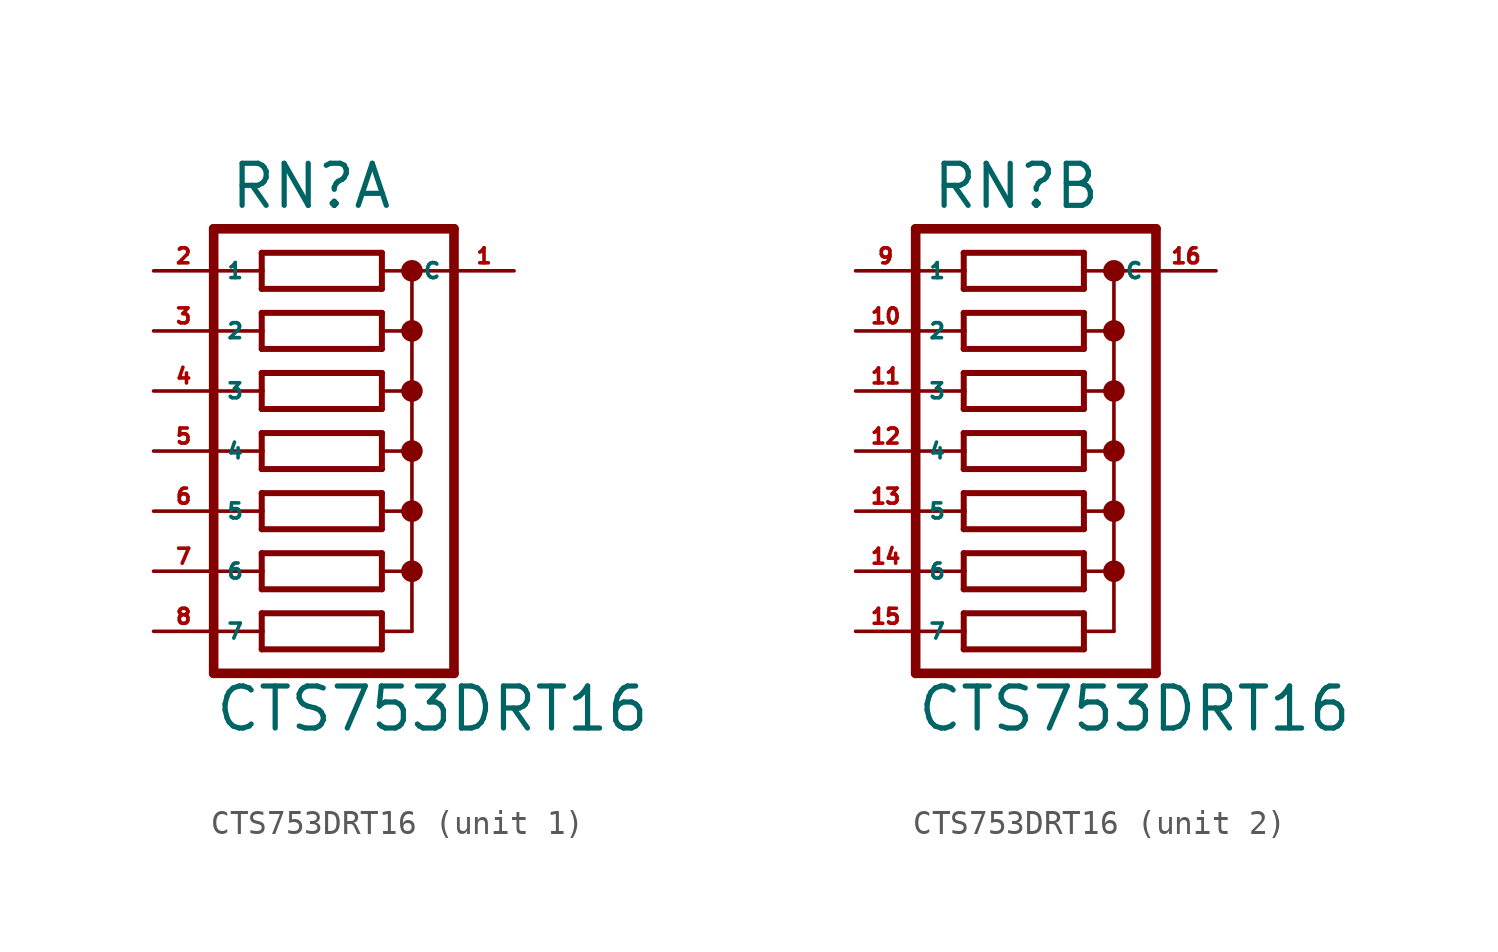
<source format=kicad_sym>
(kicad_symbol_lib
  (version 20220914)
  (generator Eagle2Kicad)
  (symbol "CTS753DRT16"
    (property "Reference" "RN"
      (at -4.445 10.16 0)
      (effects (font (size 1.778 1.778) (thickness 0.22)) (justify left bottom)))
    (property "Value" "CTS753DRT16"
      (at -5.08 -11.938 0)
      (effects (font (size 1.778 1.778) (thickness 0.22)) (justify left bottom)))
    (symbol "CTS753DRT16_1_0"
      (polyline (pts (xy -3.048 6.858) (xy 2.032 6.858)) (stroke (width 0.254) (type default)) (fill (type none)))
      (polyline (pts (xy 2.032 8.382) (xy -3.048 8.382)) (stroke (width 0.254) (type default)) (fill (type none)))
      (polyline (pts (xy 2.032 6.858) (xy 2.032 7.62)) (stroke (width 0.254) (type default)) (fill (type none)))
      (polyline (pts (xy -3.048 8.382) (xy -3.048 7.62)) (stroke (width 0.254) (type default)) (fill (type none)))
      (polyline (pts (xy -3.048 7.62) (xy -5.08 7.62)) (stroke (width 0.152) (type default)) (fill (type none)))
      (polyline (pts (xy -3.048 7.62) (xy -3.048 6.858)) (stroke (width 0.254) (type default)) (fill (type none)))
      (polyline (pts (xy 3.302 7.62) (xy 2.032 7.62)) (stroke (width 0.152) (type default)) (fill (type none)))
      (polyline (pts (xy 2.032 7.62) (xy 2.032 8.382)) (stroke (width 0.254) (type default)) (fill (type none)))
      (polyline (pts (xy 3.302 7.62) (xy 3.302 5.08)) (stroke (width 0.152) (type default)) (fill (type none)))
      (polyline (pts (xy 3.302 5.08) (xy 2.032 5.08)) (stroke (width 0.152) (type default)) (fill (type none)))
      (polyline (pts (xy 3.302 5.08) (xy 3.302 2.54)) (stroke (width 0.152) (type default)) (fill (type none)))
      (polyline (pts (xy 3.302 2.54) (xy 2.032 2.54)) (stroke (width 0.152) (type default)) (fill (type none)))
      (polyline (pts (xy 3.302 2.54) (xy 3.302 0)) (stroke (width 0.152) (type default)) (fill (type none)))
      (polyline (pts (xy 3.302 0) (xy 2.032 0)) (stroke (width 0.152) (type default)) (fill (type none)))
      (polyline (pts (xy 3.302 0) (xy 3.302 -2.54)) (stroke (width 0.152) (type default)) (fill (type none)))
      (polyline (pts (xy 3.302 -2.54) (xy 2.032 -2.54)) (stroke (width 0.152) (type default)) (fill (type none)))
      (polyline (pts (xy -5.08 -2.54) (xy -3.048 -2.54)) (stroke (width 0.152) (type default)) (fill (type none)))
      (polyline (pts (xy -5.08 0) (xy -3.048 0)) (stroke (width 0.152) (type default)) (fill (type none)))
      (polyline (pts (xy -5.08 2.54) (xy -3.048 2.54)) (stroke (width 0.152) (type default)) (fill (type none)))
      (polyline (pts (xy -5.08 5.08) (xy -3.048 5.08)) (stroke (width 0.152) (type default)) (fill (type none)))
      (polyline (pts (xy -3.048 5.08) (xy -3.048 4.318)) (stroke (width 0.254) (type default)) (fill (type none)))
      (polyline (pts (xy -3.048 5.842) (xy -3.048 5.08)) (stroke (width 0.254) (type default)) (fill (type none)))
      (polyline (pts (xy 2.032 4.318) (xy 2.032 5.08)) (stroke (width 0.254) (type default)) (fill (type none)))
      (polyline (pts (xy 2.032 5.08) (xy 2.032 5.842)) (stroke (width 0.254) (type default)) (fill (type none)))
      (polyline (pts (xy -3.048 4.318) (xy 2.032 4.318)) (stroke (width 0.254) (type default)) (fill (type none)))
      (polyline (pts (xy 2.032 5.842) (xy -3.048 5.842)) (stroke (width 0.254) (type default)) (fill (type none)))
      (polyline (pts (xy -3.048 1.778) (xy 2.032 1.778)) (stroke (width 0.254) (type default)) (fill (type none)))
      (polyline (pts (xy -3.048 -0.762) (xy 2.032 -0.762)) (stroke (width 0.254) (type default)) (fill (type none)))
      (polyline (pts (xy -3.048 -3.302) (xy 2.032 -3.302)) (stroke (width 0.254) (type default)) (fill (type none)))
      (polyline (pts (xy 2.032 3.302) (xy -3.048 3.302)) (stroke (width 0.254) (type default)) (fill (type none)))
      (polyline (pts (xy 2.032 0.762) (xy -3.048 0.762)) (stroke (width 0.254) (type default)) (fill (type none)))
      (polyline (pts (xy 2.032 -1.778) (xy -3.048 -1.778)) (stroke (width 0.254) (type default)) (fill (type none)))
      (polyline (pts (xy 2.032 1.778) (xy 2.032 2.54)) (stroke (width 0.254) (type default)) (fill (type none)))
      (polyline (pts (xy 2.032 -0.762) (xy 2.032 0)) (stroke (width 0.254) (type default)) (fill (type none)))
      (polyline (pts (xy 2.032 -3.302) (xy 2.032 -2.54)) (stroke (width 0.254) (type default)) (fill (type none)))
      (polyline (pts (xy 2.032 2.54) (xy 2.032 3.302)) (stroke (width 0.254) (type default)) (fill (type none)))
      (polyline (pts (xy 2.032 0) (xy 2.032 0.762)) (stroke (width 0.254) (type default)) (fill (type none)))
      (polyline (pts (xy 2.032 -2.54) (xy 2.032 -1.778)) (stroke (width 0.254) (type default)) (fill (type none)))
      (polyline (pts (xy -3.048 2.54) (xy -3.048 1.778)) (stroke (width 0.254) (type default)) (fill (type none)))
      (polyline (pts (xy -3.048 0) (xy -3.048 -0.762)) (stroke (width 0.254) (type default)) (fill (type none)))
      (polyline (pts (xy -3.048 -2.54) (xy -3.048 -3.302)) (stroke (width 0.254) (type default)) (fill (type none)))
      (polyline (pts (xy -3.048 3.302) (xy -3.048 2.54)) (stroke (width 0.254) (type default)) (fill (type none)))
      (polyline (pts (xy -3.048 0.762) (xy -3.048 0)) (stroke (width 0.254) (type default)) (fill (type none)))
      (polyline (pts (xy -3.048 -1.778) (xy -3.048 -2.54)) (stroke (width 0.254) (type default)) (fill (type none)))
      (polyline (pts (xy 5.08 9.398) (xy -5.08 9.398)) (stroke (width 0.406) (type default)) (fill (type none)))
      (polyline (pts (xy -3.048 -5.842) (xy 2.032 -5.842)) (stroke (width 0.254) (type default)) (fill (type none)))
      (polyline (pts (xy 2.032 -4.318) (xy -3.048 -4.318)) (stroke (width 0.254) (type default)) (fill (type none)))
      (polyline (pts (xy 2.032 -5.842) (xy 2.032 -5.08)) (stroke (width 0.254) (type default)) (fill (type none)))
      (polyline (pts (xy -3.048 -4.318) (xy -3.048 -5.08)) (stroke (width 0.254) (type default)) (fill (type none)))
      (polyline (pts (xy -3.048 -5.08) (xy -5.08 -5.08)) (stroke (width 0.152) (type default)) (fill (type none)))
      (polyline (pts (xy -3.048 -5.08) (xy -3.048 -5.842)) (stroke (width 0.254) (type default)) (fill (type none)))
      (polyline (pts (xy 3.302 -5.08) (xy 2.032 -5.08)) (stroke (width 0.152) (type default)) (fill (type none)))
      (polyline (pts (xy 2.032 -5.08) (xy 2.032 -4.318)) (stroke (width 0.254) (type default)) (fill (type none)))
      (polyline (pts (xy 3.302 -5.08) (xy 3.302 -7.62)) (stroke (width 0.152) (type default)) (fill (type none)))
      (polyline (pts (xy 3.302 -7.62) (xy 2.032 -7.62)) (stroke (width 0.152) (type default)) (fill (type none)))
      (polyline (pts (xy -5.08 -7.62) (xy -3.048 -7.62)) (stroke (width 0.152) (type default)) (fill (type none)))
      (polyline (pts (xy -3.048 -7.62) (xy -3.048 -8.382)) (stroke (width 0.254) (type default)) (fill (type none)))
      (polyline (pts (xy -3.048 -6.858) (xy -3.048 -7.62)) (stroke (width 0.254) (type default)) (fill (type none)))
      (polyline (pts (xy 2.032 -8.382) (xy 2.032 -7.62)) (stroke (width 0.254) (type default)) (fill (type none)))
      (polyline (pts (xy 2.032 -7.62) (xy 2.032 -6.858)) (stroke (width 0.254) (type default)) (fill (type none)))
      (polyline (pts (xy -3.048 -8.382) (xy 2.032 -8.382)) (stroke (width 0.254) (type default)) (fill (type none)))
      (polyline (pts (xy 2.032 -6.858) (xy -3.048 -6.858)) (stroke (width 0.254) (type default)) (fill (type none)))
      (polyline (pts (xy 5.08 -9.398) (xy -5.08 -9.398)) (stroke (width 0.406) (type default)) (fill (type none)))
      (polyline (pts (xy -5.08 9.398) (xy -5.08 -9.398)) (stroke (width 0.406) (type default)) (fill (type none)))
      (polyline (pts (xy 3.302 -2.54) (xy 3.302 -5.08)) (stroke (width 0.152) (type default)) (fill (type none)))
      (polyline (pts (xy 3.302 7.62) (xy 5.08 7.62)) (stroke (width 0.152) (type default)) (fill (type none)))
      (polyline (pts (xy 5.08 9.398) (xy 5.08 -9.398)) (stroke (width 0.406) (type default)) (fill (type none)))
      (circle (center 3.302 7.62) (radius 0.254) (stroke (width 0.406) (type default)) (fill (type none)))
      (circle (center 3.302 5.08) (radius 0.254) (stroke (width 0.406) (type default)) (fill (type none)))
      (circle (center 3.302 2.54) (radius 0.254) (stroke (width 0.406) (type default)) (fill (type none)))
      (circle (center 3.302 0) (radius 0.254) (stroke (width 0.406) (type default)) (fill (type none)))
      (circle (center 3.302 -2.54) (radius 0.254) (stroke (width 0.406) (type default)) (fill (type none)))
      (circle (center 3.302 -5.08) (radius 0.254) (stroke (width 0.406) (type default)) (fill (type none)))
      (pin passive line (at -7.62 5.08 0) (length 2.54) (name "2" (effects (font (size 0.635 0.635) (thickness 0.08)) (justify left bottom))) (number "3" (effects (font (size 0.635 0.635) (thickness 0.08)) (justify left bottom))))
      (pin passive line (at -7.62 2.54 0) (length 2.54) (name "3" (effects (font (size 0.635 0.635) (thickness 0.08)) (justify left bottom))) (number "4" (effects (font (size 0.635 0.635) (thickness 0.08)) (justify left bottom))))
      (pin passive line (at -7.62 0 0) (length 2.54) (name "4" (effects (font (size 0.635 0.635) (thickness 0.08)) (justify left bottom))) (number "5" (effects (font (size 0.635 0.635) (thickness 0.08)) (justify left bottom))))
      (pin passive line (at -7.62 -2.54 0) (length 2.54) (name "5" (effects (font (size 0.635 0.635) (thickness 0.08)) (justify left bottom))) (number "6" (effects (font (size 0.635 0.635) (thickness 0.08)) (justify left bottom))))
      (pin passive line (at -7.62 -5.08 0) (length 2.54) (name "6" (effects (font (size 0.635 0.635) (thickness 0.08)) (justify left bottom))) (number "7" (effects (font (size 0.635 0.635) (thickness 0.08)) (justify left bottom))))
      (pin passive line (at -7.62 -7.62 0) (length 2.54) (name "7" (effects (font (size 0.635 0.635) (thickness 0.08)) (justify left bottom))) (number "8" (effects (font (size 0.635 0.635) (thickness 0.08)) (justify left bottom))))
      (pin passive line (at -7.62 7.62 0) (length 2.54) (name "1" (effects (font (size 0.635 0.635) (thickness 0.08)) (justify left bottom))) (number "2" (effects (font (size 0.635 0.635) (thickness 0.08)) (justify left bottom))))
      (pin passive line (at 7.62 7.62 180) (length 2.54) (name "C" (effects (font (size 0.635 0.635) (thickness 0.08)) (justify left bottom))) (number "1" (effects (font (size 0.635 0.635) (thickness 0.08)) (justify left bottom)))))
    (symbol "CTS753DRT16_2_0"
      (polyline (pts (xy -3.048 6.858) (xy 2.032 6.858)) (stroke (width 0.254) (type default)) (fill (type none)))
      (polyline (pts (xy 2.032 8.382) (xy -3.048 8.382)) (stroke (width 0.254) (type default)) (fill (type none)))
      (polyline (pts (xy 2.032 6.858) (xy 2.032 7.62)) (stroke (width 0.254) (type default)) (fill (type none)))
      (polyline (pts (xy -3.048 8.382) (xy -3.048 7.62)) (stroke (width 0.254) (type default)) (fill (type none)))
      (polyline (pts (xy -3.048 7.62) (xy -5.08 7.62)) (stroke (width 0.152) (type default)) (fill (type none)))
      (polyline (pts (xy -3.048 7.62) (xy -3.048 6.858)) (stroke (width 0.254) (type default)) (fill (type none)))
      (polyline (pts (xy 3.302 7.62) (xy 2.032 7.62)) (stroke (width 0.152) (type default)) (fill (type none)))
      (polyline (pts (xy 2.032 7.62) (xy 2.032 8.382)) (stroke (width 0.254) (type default)) (fill (type none)))
      (polyline (pts (xy 3.302 7.62) (xy 3.302 5.08)) (stroke (width 0.152) (type default)) (fill (type none)))
      (polyline (pts (xy 3.302 5.08) (xy 2.032 5.08)) (stroke (width 0.152) (type default)) (fill (type none)))
      (polyline (pts (xy 3.302 5.08) (xy 3.302 2.54)) (stroke (width 0.152) (type default)) (fill (type none)))
      (polyline (pts (xy 3.302 2.54) (xy 2.032 2.54)) (stroke (width 0.152) (type default)) (fill (type none)))
      (polyline (pts (xy 3.302 2.54) (xy 3.302 0)) (stroke (width 0.152) (type default)) (fill (type none)))
      (polyline (pts (xy 3.302 0) (xy 2.032 0)) (stroke (width 0.152) (type default)) (fill (type none)))
      (polyline (pts (xy 3.302 0) (xy 3.302 -2.54)) (stroke (width 0.152) (type default)) (fill (type none)))
      (polyline (pts (xy 3.302 -2.54) (xy 2.032 -2.54)) (stroke (width 0.152) (type default)) (fill (type none)))
      (polyline (pts (xy -5.08 -2.54) (xy -3.048 -2.54)) (stroke (width 0.152) (type default)) (fill (type none)))
      (polyline (pts (xy -5.08 0) (xy -3.048 0)) (stroke (width 0.152) (type default)) (fill (type none)))
      (polyline (pts (xy -5.08 2.54) (xy -3.048 2.54)) (stroke (width 0.152) (type default)) (fill (type none)))
      (polyline (pts (xy -5.08 5.08) (xy -3.048 5.08)) (stroke (width 0.152) (type default)) (fill (type none)))
      (polyline (pts (xy -3.048 5.08) (xy -3.048 4.318)) (stroke (width 0.254) (type default)) (fill (type none)))
      (polyline (pts (xy -3.048 5.842) (xy -3.048 5.08)) (stroke (width 0.254) (type default)) (fill (type none)))
      (polyline (pts (xy 2.032 4.318) (xy 2.032 5.08)) (stroke (width 0.254) (type default)) (fill (type none)))
      (polyline (pts (xy 2.032 5.08) (xy 2.032 5.842)) (stroke (width 0.254) (type default)) (fill (type none)))
      (polyline (pts (xy -3.048 4.318) (xy 2.032 4.318)) (stroke (width 0.254) (type default)) (fill (type none)))
      (polyline (pts (xy 2.032 5.842) (xy -3.048 5.842)) (stroke (width 0.254) (type default)) (fill (type none)))
      (polyline (pts (xy -3.048 1.778) (xy 2.032 1.778)) (stroke (width 0.254) (type default)) (fill (type none)))
      (polyline (pts (xy -3.048 -0.762) (xy 2.032 -0.762)) (stroke (width 0.254) (type default)) (fill (type none)))
      (polyline (pts (xy -3.048 -3.302) (xy 2.032 -3.302)) (stroke (width 0.254) (type default)) (fill (type none)))
      (polyline (pts (xy 2.032 3.302) (xy -3.048 3.302)) (stroke (width 0.254) (type default)) (fill (type none)))
      (polyline (pts (xy 2.032 0.762) (xy -3.048 0.762)) (stroke (width 0.254) (type default)) (fill (type none)))
      (polyline (pts (xy 2.032 -1.778) (xy -3.048 -1.778)) (stroke (width 0.254) (type default)) (fill (type none)))
      (polyline (pts (xy 2.032 1.778) (xy 2.032 2.54)) (stroke (width 0.254) (type default)) (fill (type none)))
      (polyline (pts (xy 2.032 -0.762) (xy 2.032 0)) (stroke (width 0.254) (type default)) (fill (type none)))
      (polyline (pts (xy 2.032 -3.302) (xy 2.032 -2.54)) (stroke (width 0.254) (type default)) (fill (type none)))
      (polyline (pts (xy 2.032 2.54) (xy 2.032 3.302)) (stroke (width 0.254) (type default)) (fill (type none)))
      (polyline (pts (xy 2.032 0) (xy 2.032 0.762)) (stroke (width 0.254) (type default)) (fill (type none)))
      (polyline (pts (xy 2.032 -2.54) (xy 2.032 -1.778)) (stroke (width 0.254) (type default)) (fill (type none)))
      (polyline (pts (xy -3.048 2.54) (xy -3.048 1.778)) (stroke (width 0.254) (type default)) (fill (type none)))
      (polyline (pts (xy -3.048 0) (xy -3.048 -0.762)) (stroke (width 0.254) (type default)) (fill (type none)))
      (polyline (pts (xy -3.048 -2.54) (xy -3.048 -3.302)) (stroke (width 0.254) (type default)) (fill (type none)))
      (polyline (pts (xy -3.048 3.302) (xy -3.048 2.54)) (stroke (width 0.254) (type default)) (fill (type none)))
      (polyline (pts (xy -3.048 0.762) (xy -3.048 0)) (stroke (width 0.254) (type default)) (fill (type none)))
      (polyline (pts (xy -3.048 -1.778) (xy -3.048 -2.54)) (stroke (width 0.254) (type default)) (fill (type none)))
      (polyline (pts (xy 5.08 9.398) (xy -5.08 9.398)) (stroke (width 0.406) (type default)) (fill (type none)))
      (polyline (pts (xy -3.048 -5.842) (xy 2.032 -5.842)) (stroke (width 0.254) (type default)) (fill (type none)))
      (polyline (pts (xy 2.032 -4.318) (xy -3.048 -4.318)) (stroke (width 0.254) (type default)) (fill (type none)))
      (polyline (pts (xy 2.032 -5.842) (xy 2.032 -5.08)) (stroke (width 0.254) (type default)) (fill (type none)))
      (polyline (pts (xy -3.048 -4.318) (xy -3.048 -5.08)) (stroke (width 0.254) (type default)) (fill (type none)))
      (polyline (pts (xy -3.048 -5.08) (xy -5.08 -5.08)) (stroke (width 0.152) (type default)) (fill (type none)))
      (polyline (pts (xy -3.048 -5.08) (xy -3.048 -5.842)) (stroke (width 0.254) (type default)) (fill (type none)))
      (polyline (pts (xy 3.302 -5.08) (xy 2.032 -5.08)) (stroke (width 0.152) (type default)) (fill (type none)))
      (polyline (pts (xy 2.032 -5.08) (xy 2.032 -4.318)) (stroke (width 0.254) (type default)) (fill (type none)))
      (polyline (pts (xy 3.302 -5.08) (xy 3.302 -7.62)) (stroke (width 0.152) (type default)) (fill (type none)))
      (polyline (pts (xy 3.302 -7.62) (xy 2.032 -7.62)) (stroke (width 0.152) (type default)) (fill (type none)))
      (polyline (pts (xy -5.08 -7.62) (xy -3.048 -7.62)) (stroke (width 0.152) (type default)) (fill (type none)))
      (polyline (pts (xy -3.048 -7.62) (xy -3.048 -8.382)) (stroke (width 0.254) (type default)) (fill (type none)))
      (polyline (pts (xy -3.048 -6.858) (xy -3.048 -7.62)) (stroke (width 0.254) (type default)) (fill (type none)))
      (polyline (pts (xy 2.032 -8.382) (xy 2.032 -7.62)) (stroke (width 0.254) (type default)) (fill (type none)))
      (polyline (pts (xy 2.032 -7.62) (xy 2.032 -6.858)) (stroke (width 0.254) (type default)) (fill (type none)))
      (polyline (pts (xy -3.048 -8.382) (xy 2.032 -8.382)) (stroke (width 0.254) (type default)) (fill (type none)))
      (polyline (pts (xy 2.032 -6.858) (xy -3.048 -6.858)) (stroke (width 0.254) (type default)) (fill (type none)))
      (polyline (pts (xy 5.08 -9.398) (xy -5.08 -9.398)) (stroke (width 0.406) (type default)) (fill (type none)))
      (polyline (pts (xy -5.08 9.398) (xy -5.08 -9.398)) (stroke (width 0.406) (type default)) (fill (type none)))
      (polyline (pts (xy 3.302 -2.54) (xy 3.302 -5.08)) (stroke (width 0.152) (type default)) (fill (type none)))
      (polyline (pts (xy 3.302 7.62) (xy 5.08 7.62)) (stroke (width 0.152) (type default)) (fill (type none)))
      (polyline (pts (xy 5.08 9.398) (xy 5.08 -9.398)) (stroke (width 0.406) (type default)) (fill (type none)))
      (circle (center 3.302 7.62) (radius 0.254) (stroke (width 0.406) (type default)) (fill (type none)))
      (circle (center 3.302 5.08) (radius 0.254) (stroke (width 0.406) (type default)) (fill (type none)))
      (circle (center 3.302 2.54) (radius 0.254) (stroke (width 0.406) (type default)) (fill (type none)))
      (circle (center 3.302 0) (radius 0.254) (stroke (width 0.406) (type default)) (fill (type none)))
      (circle (center 3.302 -2.54) (radius 0.254) (stroke (width 0.406) (type default)) (fill (type none)))
      (circle (center 3.302 -5.08) (radius 0.254) (stroke (width 0.406) (type default)) (fill (type none)))
      (pin passive line (at -7.62 5.08 0) (length 2.54) (name "2" (effects (font (size 0.635 0.635) (thickness 0.08)) (justify left bottom))) (number "10" (effects (font (size 0.635 0.635) (thickness 0.08)) (justify left bottom))))
      (pin passive line (at -7.62 2.54 0) (length 2.54) (name "3" (effects (font (size 0.635 0.635) (thickness 0.08)) (justify left bottom))) (number "11" (effects (font (size 0.635 0.635) (thickness 0.08)) (justify left bottom))))
      (pin passive line (at -7.62 0 0) (length 2.54) (name "4" (effects (font (size 0.635 0.635) (thickness 0.08)) (justify left bottom))) (number "12" (effects (font (size 0.635 0.635) (thickness 0.08)) (justify left bottom))))
      (pin passive line (at -7.62 -2.54 0) (length 2.54) (name "5" (effects (font (size 0.635 0.635) (thickness 0.08)) (justify left bottom))) (number "13" (effects (font (size 0.635 0.635) (thickness 0.08)) (justify left bottom))))
      (pin passive line (at -7.62 -5.08 0) (length 2.54) (name "6" (effects (font (size 0.635 0.635) (thickness 0.08)) (justify left bottom))) (number "14" (effects (font (size 0.635 0.635) (thickness 0.08)) (justify left bottom))))
      (pin passive line (at -7.62 -7.62 0) (length 2.54) (name "7" (effects (font (size 0.635 0.635) (thickness 0.08)) (justify left bottom))) (number "15" (effects (font (size 0.635 0.635) (thickness 0.08)) (justify left bottom))))
      (pin passive line (at -7.62 7.62 0) (length 2.54) (name "1" (effects (font (size 0.635 0.635) (thickness 0.08)) (justify left bottom))) (number "9" (effects (font (size 0.635 0.635) (thickness 0.08)) (justify left bottom))))
      (pin passive line (at 7.62 7.62 180) (length 2.54) (name "C" (effects (font (size 0.635 0.635) (thickness 0.08)) (justify left bottom))) (number "16" (effects (font (size 0.635 0.635) (thickness 0.08)) (justify left bottom)))))))
</source>
